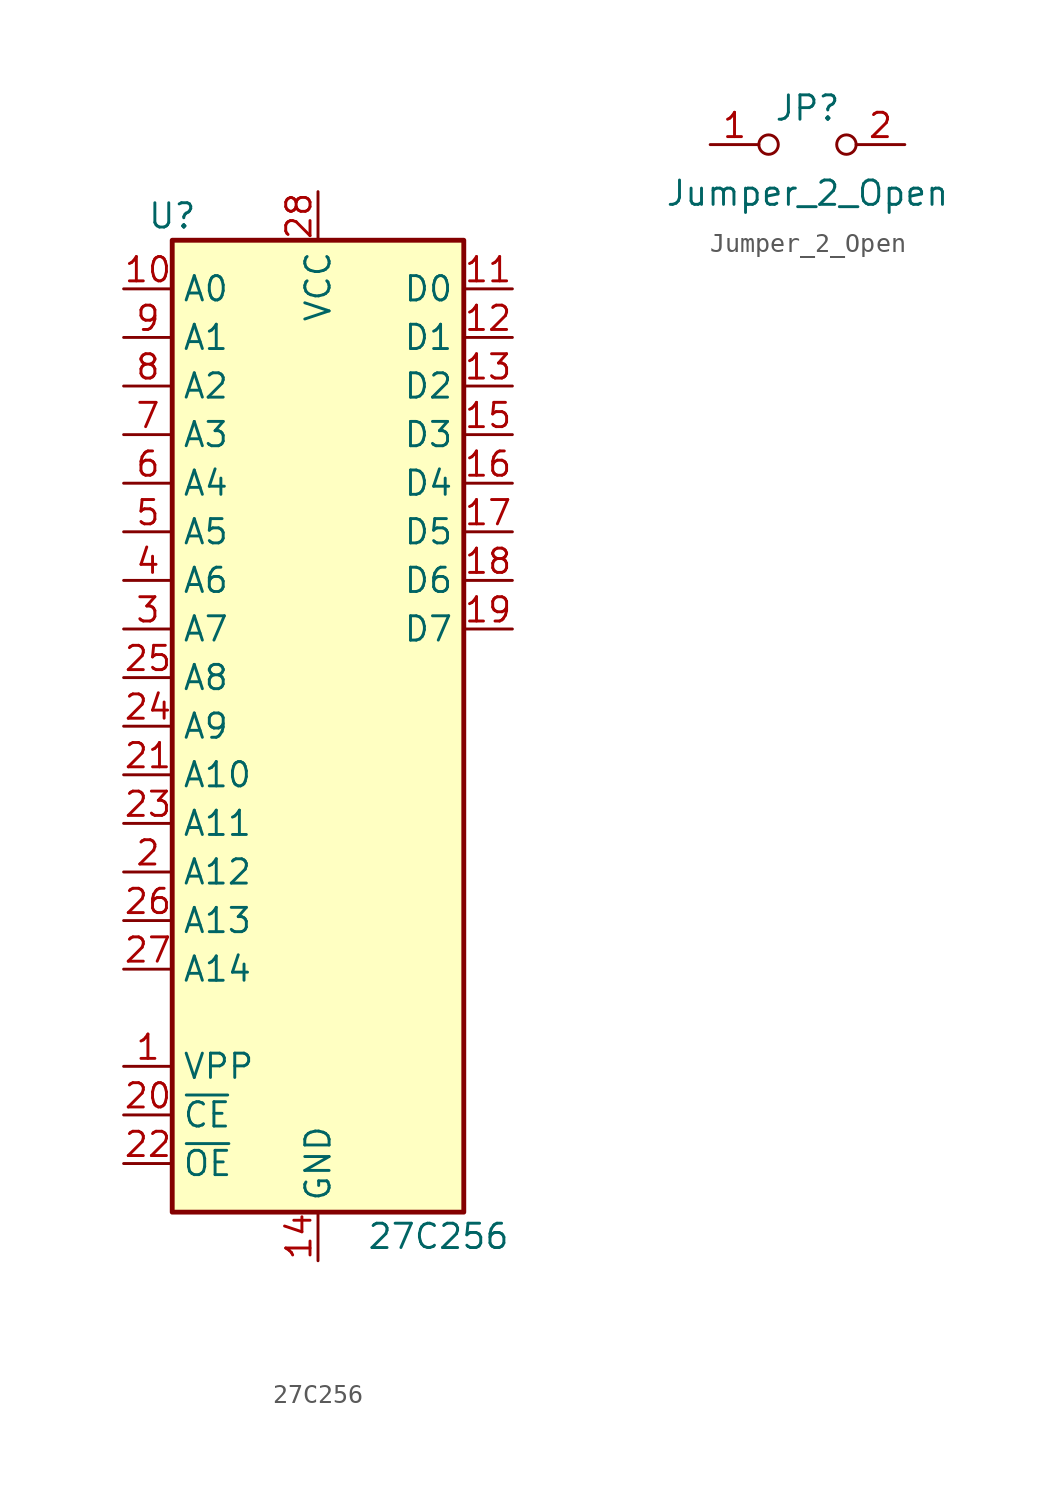
<source format=kicad_sym>
(kicad_symbol_lib
  (version 20211014)
  (generator kicad_symbol_editor)
  (symbol "27C256"
    (property "Reference" "U"
      (at -7.62 26.67 0)
      (effects (font (size 1.27 1.27))))
    (property "Value" "27C256"
      (at 2.54 -26.67 0)
      (effects (font (size 1.27 1.27)) (justify left)))
    (symbol "27C256_1_1"
      (rectangle (start -7.62 25.4) (end 7.62 -25.4) (stroke (width 0.254) (type default) (color 0 0 0 0)) (fill (type background)))
      (pin power_in line (at -10.16 -17.78 0) (length 2.54) (name "VPP" (effects (font (size 1.27 1.27)))) (number "1" (effects (font (size 1.27 1.27)))))
      (pin input line (at -10.16 22.86 0) (length 2.54) (name "A0" (effects (font (size 1.27 1.27)))) (number "10" (effects (font (size 1.27 1.27)))))
      (pin tri_state line (at 10.16 22.86 180) (length 2.54) (name "D0" (effects (font (size 1.27 1.27)))) (number "11" (effects (font (size 1.27 1.27)))))
      (pin tri_state line (at 10.16 20.32 180) (length 2.54) (name "D1" (effects (font (size 1.27 1.27)))) (number "12" (effects (font (size 1.27 1.27)))))
      (pin tri_state line (at 10.16 17.78 180) (length 2.54) (name "D2" (effects (font (size 1.27 1.27)))) (number "13" (effects (font (size 1.27 1.27)))))
      (pin power_in line (at 0 -27.94 90) (length 2.54) (name "GND" (effects (font (size 1.27 1.27)))) (number "14" (effects (font (size 1.27 1.27)))))
      (pin tri_state line (at 10.16 15.24 180) (length 2.54) (name "D3" (effects (font (size 1.27 1.27)))) (number "15" (effects (font (size 1.27 1.27)))))
      (pin tri_state line (at 10.16 12.7 180) (length 2.54) (name "D4" (effects (font (size 1.27 1.27)))) (number "16" (effects (font (size 1.27 1.27)))))
      (pin tri_state line (at 10.16 10.16 180) (length 2.54) (name "D5" (effects (font (size 1.27 1.27)))) (number "17" (effects (font (size 1.27 1.27)))))
      (pin tri_state line (at 10.16 7.62 180) (length 2.54) (name "D6" (effects (font (size 1.27 1.27)))) (number "18" (effects (font (size 1.27 1.27)))))
      (pin tri_state line (at 10.16 5.08 180) (length 2.54) (name "D7" (effects (font (size 1.27 1.27)))) (number "19" (effects (font (size 1.27 1.27)))))
      (pin input line (at -10.16 -7.62 0) (length 2.54) (name "A12" (effects (font (size 1.27 1.27)))) (number "2" (effects (font (size 1.27 1.27)))))
      (pin input line (at -10.16 -20.32 0) (length 2.54) (name "~{CE}" (effects (font (size 1.27 1.27)))) (number "20" (effects (font (size 1.27 1.27)))))
      (pin input line (at -10.16 -2.54 0) (length 2.54) (name "A10" (effects (font (size 1.27 1.27)))) (number "21" (effects (font (size 1.27 1.27)))))
      (pin input line (at -10.16 -22.86 0) (length 2.54) (name "~{OE}" (effects (font (size 1.27 1.27)))) (number "22" (effects (font (size 1.27 1.27)))))
      (pin input line (at -10.16 -5.08 0) (length 2.54) (name "A11" (effects (font (size 1.27 1.27)))) (number "23" (effects (font (size 1.27 1.27)))))
      (pin input line (at -10.16 0 0) (length 2.54) (name "A9" (effects (font (size 1.27 1.27)))) (number "24" (effects (font (size 1.27 1.27)))))
      (pin input line (at -10.16 2.54 0) (length 2.54) (name "A8" (effects (font (size 1.27 1.27)))) (number "25" (effects (font (size 1.27 1.27)))))
      (pin input line (at -10.16 -10.16 0) (length 2.54) (name "A13" (effects (font (size 1.27 1.27)))) (number "26" (effects (font (size 1.27 1.27)))))
      (pin input line (at -10.16 -12.7 0) (length 2.54) (name "A14" (effects (font (size 1.27 1.27)))) (number "27" (effects (font (size 1.27 1.27)))))
      (pin power_in line (at 0 27.94 270) (length 2.54) (name "VCC" (effects (font (size 1.27 1.27)))) (number "28" (effects (font (size 1.27 1.27)))))
      (pin input line (at -10.16 5.08 0) (length 2.54) (name "A7" (effects (font (size 1.27 1.27)))) (number "3" (effects (font (size 1.27 1.27)))))
      (pin input line (at -10.16 7.62 0) (length 2.54) (name "A6" (effects (font (size 1.27 1.27)))) (number "4" (effects (font (size 1.27 1.27)))))
      (pin input line (at -10.16 10.16 0) (length 2.54) (name "A5" (effects (font (size 1.27 1.27)))) (number "5" (effects (font (size 1.27 1.27)))))
      (pin input line (at -10.16 12.7 0) (length 2.54) (name "A4" (effects (font (size 1.27 1.27)))) (number "6" (effects (font (size 1.27 1.27)))))
      (pin input line (at -10.16 15.24 0) (length 2.54) (name "A3" (effects (font (size 1.27 1.27)))) (number "7" (effects (font (size 1.27 1.27)))))
      (pin input line (at -10.16 17.78 0) (length 2.54) (name "A2" (effects (font (size 1.27 1.27)))) (number "8" (effects (font (size 1.27 1.27)))))
      (pin input line (at -10.16 20.32 0) (length 2.54) (name "A1" (effects (font (size 1.27 1.27)))) (number "9" (effects (font (size 1.27 1.27)))))))
  (symbol "Jumper_2_Open"
    (pin_names
      (offset 0) hide)
    (property "Reference" "JP"
      (at 0 1.905 0)
      (effects (font (size 1.27 1.27))))
    (property "Value" "Jumper_2_Open"
      (at 0 -2.54 0)
      (effects (font (size 1.27 1.27))))
    (symbol "Jumper_2_Open_0_0"
      (circle (center -2.032 0) (radius 0.508) (stroke (width 0) (type default) (color 0 0 0 0)) (fill (type none)))
      (circle (center 2.032 0) (radius 0.508) (stroke (width 0) (type default) (color 0 0 0 0)) (fill (type none))))
    (symbol "Jumper_2_Open_1_1"
      (pin passive line (at -5.08 0 0) (length 2.54) (name "A" (effects (font (size 1.27 1.27)))) (number "1" (effects (font (size 1.27 1.27)))))
      (pin passive line (at 5.08 0 180) (length 2.54) (name "B" (effects (font (size 1.27 1.27)))) (number "2" (effects (font (size 1.27 1.27))))))))
</source>
